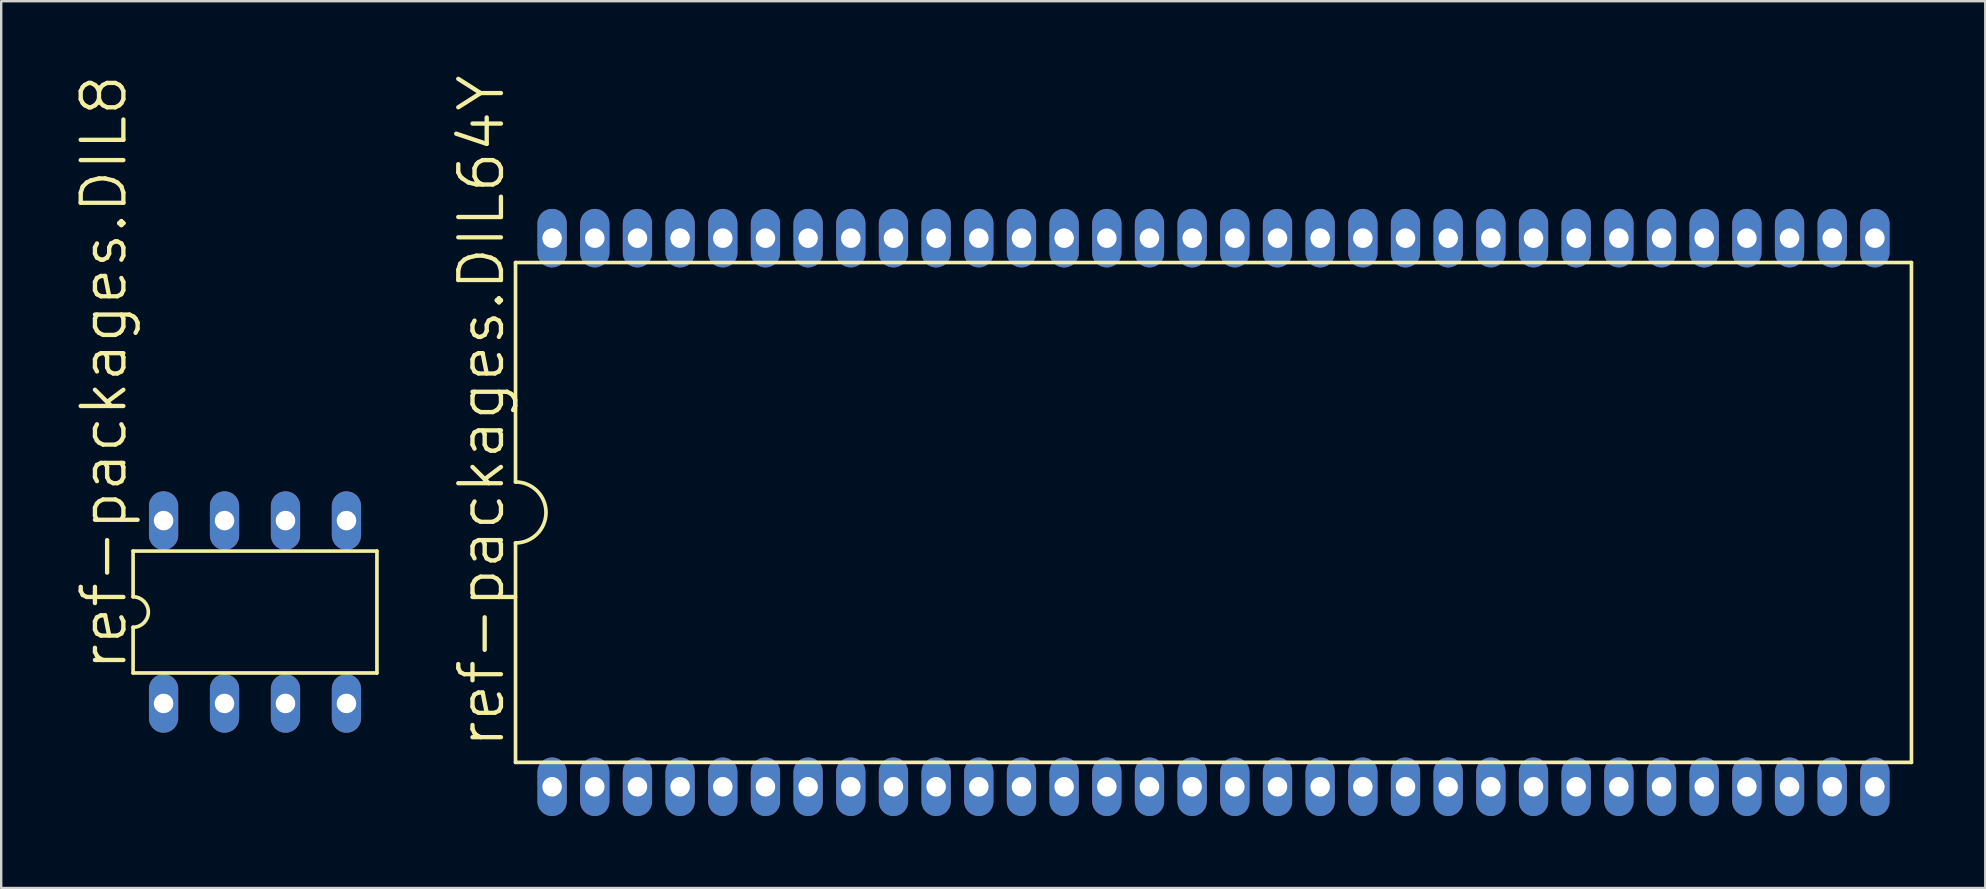
<source format=kicad_pcb>
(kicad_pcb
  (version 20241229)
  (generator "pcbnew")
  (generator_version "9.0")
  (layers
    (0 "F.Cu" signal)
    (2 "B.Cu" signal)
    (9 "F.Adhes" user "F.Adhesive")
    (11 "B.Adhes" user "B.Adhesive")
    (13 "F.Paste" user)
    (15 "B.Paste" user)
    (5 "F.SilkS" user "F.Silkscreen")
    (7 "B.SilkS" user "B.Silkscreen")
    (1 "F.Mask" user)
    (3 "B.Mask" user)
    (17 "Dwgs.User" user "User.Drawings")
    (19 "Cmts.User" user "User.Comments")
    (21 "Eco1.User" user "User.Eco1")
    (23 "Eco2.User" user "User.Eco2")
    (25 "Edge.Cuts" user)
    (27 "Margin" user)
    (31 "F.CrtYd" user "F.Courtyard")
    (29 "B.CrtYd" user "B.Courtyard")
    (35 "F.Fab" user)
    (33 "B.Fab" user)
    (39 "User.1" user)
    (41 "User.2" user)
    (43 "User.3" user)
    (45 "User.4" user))
  (footprint "ref-packages.DIL8"
    (layer "F.Cu")
    (at 7.576 22.452)
    (property "Reference" "ref-packages.DIL8" (at -5.258 2.54 90) (layer "F.SilkS") (effects (font (size 1.778 1.778) (thickness 0.18)) (justify left bottom)))
    (attr through_hole)
    (fp_line (start -5.08 -2.54) (end -5.08 -0.635) (stroke (width 0.152) (type default)) (layer "F.SilkS"))
    (fp_line (start -5.08 -2.54) (end 5.08 -2.54) (stroke (width 0.152) (type default)) (layer "F.SilkS"))
    (fp_line (start -5.08 0.635) (end -5.08 2.54) (stroke (width 0.152) (type default)) (layer "F.SilkS"))
    (fp_line (start 5.08 2.54) (end -5.08 2.54) (stroke (width 0.152) (type default)) (layer "F.SilkS"))
    (fp_line (start 5.08 2.54) (end 5.08 -2.54) (stroke (width 0.152) (type default)) (layer "F.SilkS"))
    (fp_arc (start -5.08 -0.635) (mid -4.445 0) (end -5.08 0.635) (stroke (width 0.1524) (type default)) (layer "F.SilkS"))
    (pad "1" thru_hole oval (at -3.81 3.81 90) (size 2.438 1.219) (drill 0.813) (layers "*.Cu" "*.Mask"))
    (pad "2" thru_hole oval (at -1.27 3.81 90) (size 2.438 1.219) (drill 0.813) (layers "*.Cu" "*.Mask"))
    (pad "3" thru_hole oval (at 1.27 3.81 90) (size 2.438 1.219) (drill 0.813) (layers "*.Cu" "*.Mask"))
    (pad "4" thru_hole oval (at 3.81 3.81 90) (size 2.438 1.219) (drill 0.813) (layers "*.Cu" "*.Mask"))
    (pad "5" thru_hole oval (at 3.81 -3.81 90) (size 2.438 1.219) (drill 0.813) (layers "*.Cu" "*.Mask"))
    (pad "6" thru_hole oval (at 1.27 -3.81 90) (size 2.438 1.219) (drill 0.813) (layers "*.Cu" "*.Mask"))
    (pad "7" thru_hole oval (at -1.27 -3.81 90) (size 2.438 1.219) (drill 0.813) (layers "*.Cu" "*.Mask"))
    (pad "8" thru_hole oval (at -3.81 -3.81 90) (size 2.438 1.219) (drill 0.813) (layers "*.Cu" "*.Mask")))
  (footprint "ref-packages.DIL64Y"
    (layer "F.Cu")
    (at 47.514 18.303)
    (property "Reference" "ref-packages.DIL64Y" (at -29.464 9.906 90) (layer "F.SilkS") (effects (font (size 1.778 1.778) (thickness 0.18)) (justify left bottom)))
    (attr through_hole)
    (fp_line (start -29.083 -10.414) (end -29.083 -1.27) (stroke (width 0.152) (type default)) (layer "F.SilkS"))
    (fp_line (start -29.083 -10.414) (end 29.083 -10.414) (stroke (width 0.152) (type default)) (layer "F.SilkS"))
    (fp_line (start -29.083 1.27) (end -29.083 10.414) (stroke (width 0.152) (type default)) (layer "F.SilkS"))
    (fp_line (start -29.083 10.414) (end 29.083 10.414) (stroke (width 0.152) (type default)) (layer "F.SilkS"))
    (fp_line (start 29.083 10.414) (end 29.083 -10.414) (stroke (width 0.152) (type default)) (layer "F.SilkS"))
    (fp_arc (start -29.083 -1.27) (mid -27.813 0) (end -29.083 1.27) (stroke (width 0.1524) (type default)) (layer "F.SilkS"))
    (pad "1" thru_hole oval (at -27.559 11.43 90) (size 2.438 1.219) (drill 0.813) (layers "*.Cu" "*.Mask"))
    (pad "2" thru_hole oval (at -25.781 11.43 90) (size 2.438 1.219) (drill 0.813) (layers "*.Cu" "*.Mask"))
    (pad "3" thru_hole oval (at -24.003 11.43 90) (size 2.438 1.219) (drill 0.813) (layers "*.Cu" "*.Mask"))
    (pad "4" thru_hole oval (at -22.225 11.43 90) (size 2.438 1.219) (drill 0.813) (layers "*.Cu" "*.Mask"))
    (pad "5" thru_hole oval (at -20.447 11.43 90) (size 2.438 1.219) (drill 0.813) (layers "*.Cu" "*.Mask"))
    (pad "6" thru_hole oval (at -18.669 11.43 90) (size 2.438 1.219) (drill 0.813) (layers "*.Cu" "*.Mask"))
    (pad "7" thru_hole oval (at -16.891 11.43 90) (size 2.438 1.219) (drill 0.813) (layers "*.Cu" "*.Mask"))
    (pad "8" thru_hole oval (at -15.113 11.43 90) (size 2.438 1.219) (drill 0.813) (layers "*.Cu" "*.Mask"))
    (pad "9" thru_hole oval (at -13.335 11.43 90) (size 2.438 1.219) (drill 0.813) (layers "*.Cu" "*.Mask"))
    (pad "10" thru_hole oval (at -11.557 11.43 90) (size 2.438 1.219) (drill 0.813) (layers "*.Cu" "*.Mask"))
    (pad "11" thru_hole oval (at -9.779 11.43 90) (size 2.438 1.219) (drill 0.813) (layers "*.Cu" "*.Mask"))
    (pad "12" thru_hole oval (at -8.001 11.43 90) (size 2.438 1.219) (drill 0.813) (layers "*.Cu" "*.Mask"))
    (pad "13" thru_hole oval (at -6.223 11.43 90) (size 2.438 1.219) (drill 0.813) (layers "*.Cu" "*.Mask"))
    (pad "14" thru_hole oval (at -4.445 11.43 90) (size 2.438 1.219) (drill 0.813) (layers "*.Cu" "*.Mask"))
    (pad "15" thru_hole oval (at -2.667 11.43 90) (size 2.438 1.219) (drill 0.813) (layers "*.Cu" "*.Mask"))
    (pad "16" thru_hole oval (at -0.889 11.43 90) (size 2.438 1.219) (drill 0.813) (layers "*.Cu" "*.Mask"))
    (pad "17" thru_hole oval (at 0.889 11.43 90) (size 2.438 1.219) (drill 0.813) (layers "*.Cu" "*.Mask"))
    (pad "18" thru_hole oval (at 2.667 11.43 90) (size 2.438 1.219) (drill 0.813) (layers "*.Cu" "*.Mask"))
    (pad "19" thru_hole oval (at 4.445 11.43 90) (size 2.438 1.219) (drill 0.813) (layers "*.Cu" "*.Mask"))
    (pad "20" thru_hole oval (at 6.223 11.43 90) (size 2.438 1.219) (drill 0.813) (layers "*.Cu" "*.Mask"))
    (pad "21" thru_hole oval (at 8.001 11.43 90) (size 2.438 1.219) (drill 0.813) (layers "*.Cu" "*.Mask"))
    (pad "22" thru_hole oval (at 9.779 11.43 90) (size 2.438 1.219) (drill 0.813) (layers "*.Cu" "*.Mask"))
    (pad "23" thru_hole oval (at 11.557 11.43 90) (size 2.438 1.219) (drill 0.813) (layers "*.Cu" "*.Mask"))
    (pad "24" thru_hole oval (at 13.335 11.43 90) (size 2.438 1.219) (drill 0.813) (layers "*.Cu" "*.Mask"))
    (pad "25" thru_hole oval (at 15.113 11.43 90) (size 2.438 1.219) (drill 0.813) (layers "*.Cu" "*.Mask"))
    (pad "26" thru_hole oval (at 16.891 11.43 90) (size 2.438 1.219) (drill 0.813) (layers "*.Cu" "*.Mask"))
    (pad "27" thru_hole oval (at 18.669 11.43 90) (size 2.438 1.219) (drill 0.813) (layers "*.Cu" "*.Mask"))
    (pad "28" thru_hole oval (at 20.447 11.43 90) (size 2.438 1.219) (drill 0.813) (layers "*.Cu" "*.Mask"))
    (pad "29" thru_hole oval (at 22.225 11.43 90) (size 2.438 1.219) (drill 0.813) (layers "*.Cu" "*.Mask"))
    (pad "30" thru_hole oval (at 24.003 11.43 90) (size 2.438 1.219) (drill 0.813) (layers "*.Cu" "*.Mask"))
    (pad "31" thru_hole oval (at 25.781 11.43 90) (size 2.438 1.219) (drill 0.813) (layers "*.Cu" "*.Mask"))
    (pad "32" thru_hole oval (at 27.559 11.43 90) (size 2.438 1.219) (drill 0.813) (layers "*.Cu" "*.Mask"))
    (pad "33" thru_hole oval (at 27.559 -11.43 90) (size 2.438 1.219) (drill 0.813) (layers "*.Cu" "*.Mask"))
    (pad "34" thru_hole oval (at 25.781 -11.43 90) (size 2.438 1.219) (drill 0.813) (layers "*.Cu" "*.Mask"))
    (pad "35" thru_hole oval (at 24.003 -11.43 90) (size 2.438 1.219) (drill 0.813) (layers "*.Cu" "*.Mask"))
    (pad "36" thru_hole oval (at 22.225 -11.43 90) (size 2.438 1.219) (drill 0.813) (layers "*.Cu" "*.Mask"))
    (pad "37" thru_hole oval (at 20.447 -11.43 90) (size 2.438 1.219) (drill 0.813) (layers "*.Cu" "*.Mask"))
    (pad "38" thru_hole oval (at 18.669 -11.43 90) (size 2.438 1.219) (drill 0.813) (layers "*.Cu" "*.Mask"))
    (pad "39" thru_hole oval (at 16.891 -11.43 90) (size 2.438 1.219) (drill 0.813) (layers "*.Cu" "*.Mask"))
    (pad "40" thru_hole oval (at 15.113 -11.43 90) (size 2.438 1.219) (drill 0.813) (layers "*.Cu" "*.Mask"))
    (pad "41" thru_hole oval (at 13.335 -11.43 90) (size 2.438 1.219) (drill 0.813) (layers "*.Cu" "*.Mask"))
    (pad "42" thru_hole oval (at 11.557 -11.43 90) (size 2.438 1.219) (drill 0.813) (layers "*.Cu" "*.Mask"))
    (pad "43" thru_hole oval (at 9.779 -11.43 90) (size 2.438 1.219) (drill 0.813) (layers "*.Cu" "*.Mask"))
    (pad "44" thru_hole oval (at 8.001 -11.43 90) (size 2.438 1.219) (drill 0.813) (layers "*.Cu" "*.Mask"))
    (pad "45" thru_hole oval (at 6.223 -11.43 90) (size 2.438 1.219) (drill 0.813) (layers "*.Cu" "*.Mask"))
    (pad "46" thru_hole oval (at 4.445 -11.43 90) (size 2.438 1.219) (drill 0.813) (layers "*.Cu" "*.Mask"))
    (pad "47" thru_hole oval (at 2.667 -11.43 90) (size 2.438 1.219) (drill 0.813) (layers "*.Cu" "*.Mask"))
    (pad "48" thru_hole oval (at 0.889 -11.43 90) (size 2.438 1.219) (drill 0.813) (layers "*.Cu" "*.Mask"))
    (pad "49" thru_hole oval (at -0.889 -11.43 90) (size 2.438 1.219) (drill 0.813) (layers "*.Cu" "*.Mask"))
    (pad "50" thru_hole oval (at -2.667 -11.43 90) (size 2.438 1.219) (drill 0.813) (layers "*.Cu" "*.Mask"))
    (pad "51" thru_hole oval (at -4.445 -11.43 90) (size 2.438 1.219) (drill 0.813) (layers "*.Cu" "*.Mask"))
    (pad "52" thru_hole oval (at -6.223 -11.43 90) (size 2.438 1.219) (drill 0.813) (layers "*.Cu" "*.Mask"))
    (pad "53" thru_hole oval (at -8.001 -11.43 90) (size 2.438 1.219) (drill 0.813) (layers "*.Cu" "*.Mask"))
    (pad "54" thru_hole oval (at -9.779 -11.43 90) (size 2.438 1.219) (drill 0.813) (layers "*.Cu" "*.Mask"))
    (pad "55" thru_hole oval (at -11.557 -11.43 90) (size 2.438 1.219) (drill 0.813) (layers "*.Cu" "*.Mask"))
    (pad "56" thru_hole oval (at -13.335 -11.43 90) (size 2.438 1.219) (drill 0.813) (layers "*.Cu" "*.Mask"))
    (pad "57" thru_hole oval (at -15.113 -11.43 90) (size 2.438 1.219) (drill 0.813) (layers "*.Cu" "*.Mask"))
    (pad "58" thru_hole oval (at -16.891 -11.43 90) (size 2.438 1.219) (drill 0.813) (layers "*.Cu" "*.Mask"))
    (pad "59" thru_hole oval (at -18.669 -11.43 90) (size 2.438 1.219) (drill 0.813) (layers "*.Cu" "*.Mask"))
    (pad "60" thru_hole oval (at -20.447 -11.43 90) (size 2.438 1.219) (drill 0.813) (layers "*.Cu" "*.Mask"))
    (pad "61" thru_hole oval (at -22.225 -11.43 90) (size 2.438 1.219) (drill 0.813) (layers "*.Cu" "*.Mask"))
    (pad "62" thru_hole oval (at -24.003 -11.43 90) (size 2.438 1.219) (drill 0.813) (layers "*.Cu" "*.Mask"))
    (pad "63" thru_hole oval (at -25.781 -11.43 90) (size 2.438 1.219) (drill 0.813) (layers "*.Cu" "*.Mask"))
    (pad "64" thru_hole oval (at -27.559 -11.43 90) (size 2.438 1.219) (drill 0.813) (layers "*.Cu" "*.Mask")))
  (gr_rect
    (start -3 -3)
    (end 79.673 33.952)
    (stroke (width 0.1) (type default))
    (fill no)
    (layer "Edge.Cuts")))
</source>
